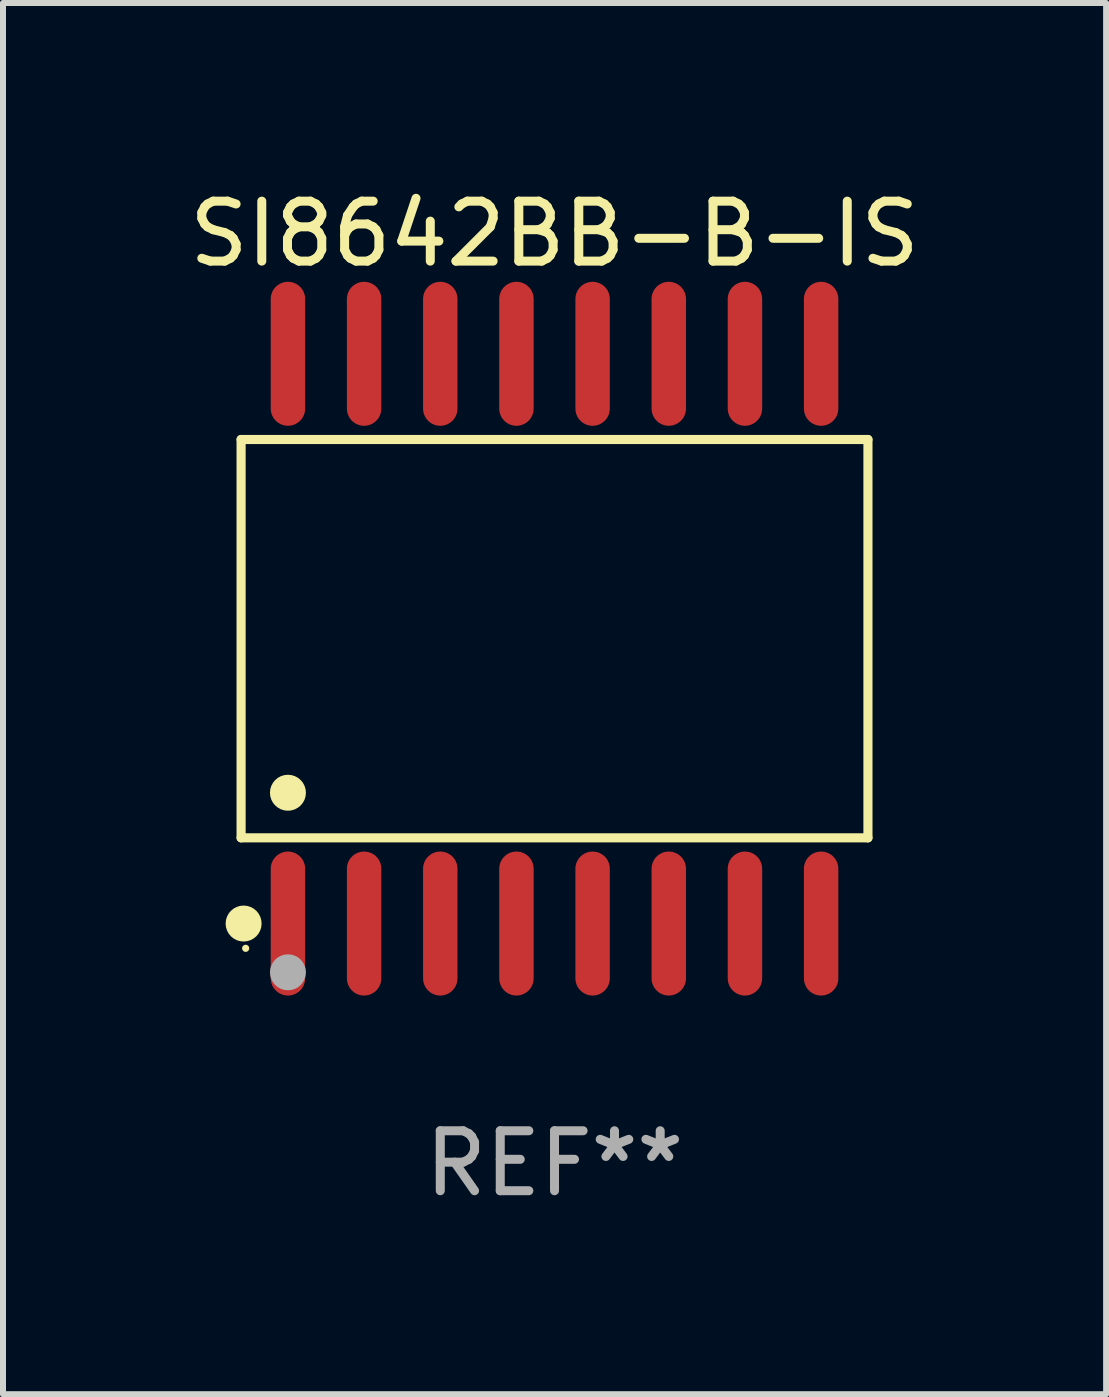
<source format=kicad_pcb>
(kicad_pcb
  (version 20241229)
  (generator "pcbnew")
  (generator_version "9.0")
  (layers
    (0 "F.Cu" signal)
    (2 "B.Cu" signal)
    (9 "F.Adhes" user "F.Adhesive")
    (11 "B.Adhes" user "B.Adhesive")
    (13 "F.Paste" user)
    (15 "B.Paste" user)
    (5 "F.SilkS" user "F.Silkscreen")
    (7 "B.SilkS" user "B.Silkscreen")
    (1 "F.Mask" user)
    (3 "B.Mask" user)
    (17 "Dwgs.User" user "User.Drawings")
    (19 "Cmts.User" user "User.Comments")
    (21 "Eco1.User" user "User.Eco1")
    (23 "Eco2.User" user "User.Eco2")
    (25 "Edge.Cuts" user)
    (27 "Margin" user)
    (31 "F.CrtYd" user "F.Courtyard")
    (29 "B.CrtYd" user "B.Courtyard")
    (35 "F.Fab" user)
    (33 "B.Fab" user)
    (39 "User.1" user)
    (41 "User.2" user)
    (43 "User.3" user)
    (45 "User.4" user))
  (footprint "SI8642BB-B-IS"
    (layer "F.Cu")
    (at 6.196 7.599)
    (property "Reference" "SI8642BB-B-IS" (at 0 -6.75 0) (layer "F.SilkS") (effects (font (size 1 1) (thickness 0.15))))
    (attr through_hole)
    (fp_line (start -5.226 -3.321) (end 5.226 -3.321) (stroke (width 0.152) (type solid)) (layer "F.SilkS"))
    (fp_line (start -5.226 3.321) (end -5.226 -3.321) (stroke (width 0.152) (type solid)) (layer "F.SilkS"))
    (fp_line (start 5.226 -3.321) (end 5.226 3.321) (stroke (width 0.152) (type solid)) (layer "F.SilkS"))
    (fp_line (start 5.226 3.321) (end -5.226 3.321) (stroke (width 0.152) (type solid)) (layer "F.SilkS"))
    (fp_circle (center -5.184 4.75) (end -5.034 4.75) (stroke (width 0.3) (type solid)) (fill no) (layer "F.SilkS"))
    (fp_circle (center -5.15 5.163) (end -5.12 5.163) (stroke (width 0.06) (type solid)) (fill no) (layer "F.SilkS"))
    (fp_circle (center -4.445 2.569) (end -4.295 2.569) (stroke (width 0.3) (type solid)) (fill no) (layer "F.SilkS"))
    (fp_circle (center -4.445 5.563) (end -4.295 5.563) (stroke (width 0.3) (type solid)) (fill no) (layer "F.Fab"))
    (fp_text user "REF**" (at 0 8.75 0) (layer "F.Fab") (effects (font (size 1 1) (thickness 0.15))))
    (pad "1" smd oval (at -4.445 4.75) (size 0.574 2.401) (layers "F.Cu" "F.Mask" "F.Paste"))
    (pad "2" smd oval (at -3.175 4.75) (size 0.574 2.401) (layers "F.Cu" "F.Mask" "F.Paste"))
    (pad "3" smd oval (at -1.905 4.75) (size 0.574 2.401) (layers "F.Cu" "F.Mask" "F.Paste"))
    (pad "4" smd oval (at -0.635 4.75) (size 0.574 2.401) (layers "F.Cu" "F.Mask" "F.Paste"))
    (pad "5" smd oval (at 0.635 4.75) (size 0.574 2.401) (layers "F.Cu" "F.Mask" "F.Paste"))
    (pad "6" smd oval (at 1.905 4.75) (size 0.574 2.401) (layers "F.Cu" "F.Mask" "F.Paste"))
    (pad "7" smd oval (at 3.175 4.75) (size 0.574 2.401) (layers "F.Cu" "F.Mask" "F.Paste"))
    (pad "8" smd oval (at 4.445 4.75) (size 0.574 2.401) (layers "F.Cu" "F.Mask" "F.Paste"))
    (pad "9" smd oval (at 4.445 -4.75) (size 0.574 2.401) (layers "F.Cu" "F.Mask" "F.Paste"))
    (pad "10" smd oval (at 3.175 -4.75) (size 0.574 2.401) (layers "F.Cu" "F.Mask" "F.Paste"))
    (pad "11" smd oval (at 1.905 -4.75) (size 0.574 2.401) (layers "F.Cu" "F.Mask" "F.Paste"))
    (pad "12" smd oval (at 0.635 -4.75) (size 0.574 2.401) (layers "F.Cu" "F.Mask" "F.Paste"))
    (pad "13" smd oval (at -0.635 -4.75) (size 0.574 2.401) (layers "F.Cu" "F.Mask" "F.Paste"))
    (pad "14" smd oval (at -1.905 -4.75) (size 0.574 2.401) (layers "F.Cu" "F.Mask" "F.Paste"))
    (pad "15" smd oval (at -3.175 -4.75) (size 0.574 2.401) (layers "F.Cu" "F.Mask" "F.Paste"))
    (pad "16" smd oval (at -4.445 -4.75) (size 0.574 2.401) (layers "F.Cu" "F.Mask" "F.Paste")))
  (gr_rect
    (start -3 -3)
    (end 15.393 20.197)
    (stroke (width 0.1) (type default))
    (fill no)
    (layer "Edge.Cuts")))
</source>
